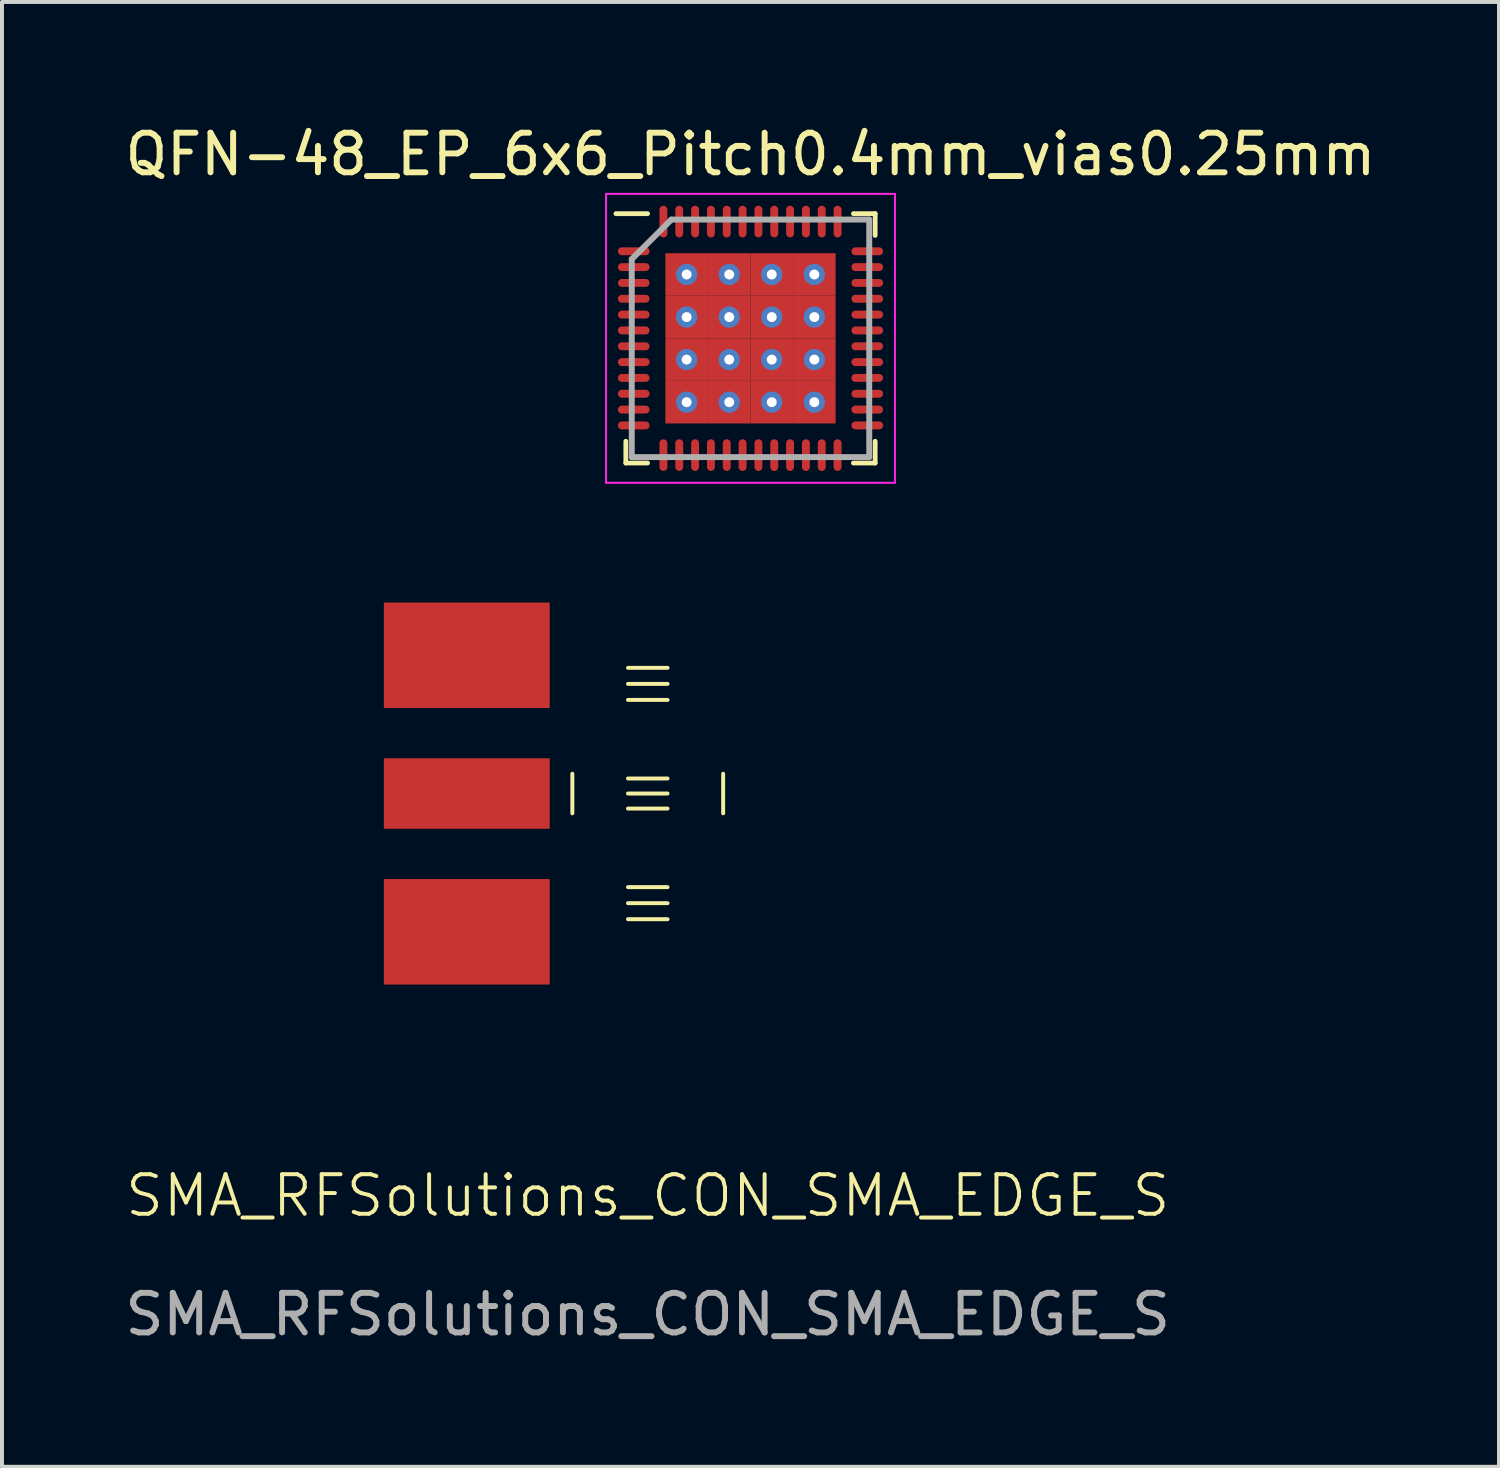
<source format=kicad_pcb>
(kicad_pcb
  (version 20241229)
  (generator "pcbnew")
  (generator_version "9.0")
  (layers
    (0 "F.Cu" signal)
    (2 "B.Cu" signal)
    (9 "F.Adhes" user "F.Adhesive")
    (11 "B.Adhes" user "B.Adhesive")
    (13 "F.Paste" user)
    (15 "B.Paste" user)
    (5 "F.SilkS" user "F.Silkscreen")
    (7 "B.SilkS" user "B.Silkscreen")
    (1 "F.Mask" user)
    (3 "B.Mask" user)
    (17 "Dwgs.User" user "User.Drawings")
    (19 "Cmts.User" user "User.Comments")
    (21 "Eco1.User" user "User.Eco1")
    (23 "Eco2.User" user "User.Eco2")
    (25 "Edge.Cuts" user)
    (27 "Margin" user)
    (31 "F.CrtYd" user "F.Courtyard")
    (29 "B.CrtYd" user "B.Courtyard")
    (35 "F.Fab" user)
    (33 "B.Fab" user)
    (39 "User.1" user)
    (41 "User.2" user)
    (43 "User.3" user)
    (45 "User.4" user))
  (footprint "QFN-48_EP_6x6_Pitch0.4mm_vias0.25mm"
    (layer "F.Cu")
    (at 15.911 5.498)
    (property "Reference" "QFN-48_EP_6x6_Pitch0.4mm_vias0.25mm" (at 0 -4.65 0) (layer "F.SilkS") (effects (font (size 1 1) (thickness 0.15))))
    (attr through_hole)
    (fp_line (start -3.15 3.15) (end -3.15 2.6) (stroke (width 0.12) (type default)) (layer "F.SilkS"))
    (fp_line (start -2.6 -3.15) (end -3.4 -3.15) (stroke (width 0.12) (type default)) (layer "F.SilkS"))
    (fp_line (start -2.6 3.15) (end -3.15 3.15) (stroke (width 0.12) (type default)) (layer "F.SilkS"))
    (fp_line (start 2.6 -3.15) (end 3.15 -3.15) (stroke (width 0.12) (type default)) (layer "F.SilkS"))
    (fp_line (start 2.6 3.15) (end 3.15 3.15) (stroke (width 0.12) (type default)) (layer "F.SilkS"))
    (fp_line (start 3.15 -3.15) (end 3.15 -2.6) (stroke (width 0.12) (type default)) (layer "F.SilkS"))
    (fp_line (start 3.15 3.15) (end 3.15 2.6) (stroke (width 0.12) (type default)) (layer "F.SilkS"))
    (fp_line (start -3.65 -3.65) (end 3.65 -3.65) (stroke (width 0.05) (type default)) (layer "F.CrtYd"))
    (fp_line (start -3.65 3.65) (end -3.65 -3.65) (stroke (width 0.05) (type default)) (layer "F.CrtYd"))
    (fp_line (start 3.65 -3.65) (end 3.65 3.65) (stroke (width 0.05) (type default)) (layer "F.CrtYd"))
    (fp_line (start 3.65 3.65) (end -3.65 3.65) (stroke (width 0.05) (type default)) (layer "F.CrtYd"))
    (fp_line (start -3 -2) (end -3 3) (stroke (width 0.15) (type default)) (layer "F.Fab"))
    (fp_line (start -3 3) (end 3 3) (stroke (width 0.15) (type default)) (layer "F.Fab"))
    (fp_line (start -2 -3) (end -3 -2) (stroke (width 0.15) (type default)) (layer "F.Fab"))
    (fp_line (start 3 -3) (end -2 -3) (stroke (width 0.15) (type default)) (layer "F.Fab"))
    (fp_line (start 3 3) (end 3 -3) (stroke (width 0.15) (type default)) (layer "F.Fab"))
    (pad "1" smd oval (at -2.95 -2.2 90) (size 0.2 0.8) (layers "F.Cu" "F.Mask" "F.Paste"))
    (pad "2" smd oval (at -2.95 -1.8 90) (size 0.2 0.8) (layers "F.Cu" "F.Mask" "F.Paste"))
    (pad "3" smd oval (at -2.95 -1.4 90) (size 0.2 0.8) (layers "F.Cu" "F.Mask" "F.Paste"))
    (pad "4" smd oval (at -2.95 -1 90) (size 0.2 0.8) (layers "F.Cu" "F.Mask" "F.Paste"))
    (pad "5" smd oval (at -2.95 -0.6 90) (size 0.2 0.8) (layers "F.Cu" "F.Mask" "F.Paste"))
    (pad "6" smd oval (at -2.95 -0.2 90) (size 0.2 0.8) (layers "F.Cu" "F.Mask" "F.Paste"))
    (pad "7" smd oval (at -2.95 0.2 90) (size 0.2 0.8) (layers "F.Cu" "F.Mask" "F.Paste"))
    (pad "8" smd oval (at -2.95 0.6 90) (size 0.2 0.8) (layers "F.Cu" "F.Mask" "F.Paste"))
    (pad "9" smd oval (at -2.95 1 90) (size 0.2 0.8) (layers "F.Cu" "F.Mask" "F.Paste"))
    (pad "10" smd oval (at -2.95 1.4 90) (size 0.2 0.8) (layers "F.Cu" "F.Mask" "F.Paste"))
    (pad "11" smd oval (at -2.95 1.8 90) (size 0.2 0.8) (layers "F.Cu" "F.Mask" "F.Paste"))
    (pad "12" smd oval (at -2.95 2.2 90) (size 0.2 0.8) (layers "F.Cu" "F.Mask" "F.Paste"))
    (pad "13" smd oval (at -2.2 2.95) (size 0.2 0.8) (layers "F.Cu" "F.Mask" "F.Paste"))
    (pad "14" smd oval (at -1.8 2.95) (size 0.2 0.8) (layers "F.Cu" "F.Mask" "F.Paste"))
    (pad "15" smd oval (at -1.4 2.95) (size 0.2 0.8) (layers "F.Cu" "F.Mask" "F.Paste"))
    (pad "16" smd oval (at -1 2.95) (size 0.2 0.8) (layers "F.Cu" "F.Mask" "F.Paste"))
    (pad "17" smd oval (at -0.6 2.95) (size 0.2 0.8) (layers "F.Cu" "F.Mask" "F.Paste"))
    (pad "18" smd oval (at -0.2 2.95) (size 0.2 0.8) (layers "F.Cu" "F.Mask" "F.Paste"))
    (pad "19" smd oval (at 0.2 2.95) (size 0.2 0.8) (layers "F.Cu" "F.Mask" "F.Paste"))
    (pad "20" smd oval (at 0.6 2.95) (size 0.2 0.8) (layers "F.Cu" "F.Mask" "F.Paste"))
    (pad "21" smd oval (at 1 2.95) (size 0.2 0.8) (layers "F.Cu" "F.Mask" "F.Paste"))
    (pad "22" smd oval (at 1.4 2.95) (size 0.2 0.8) (layers "F.Cu" "F.Mask" "F.Paste"))
    (pad "23" smd oval (at 1.8 2.95) (size 0.2 0.8) (layers "F.Cu" "F.Mask" "F.Paste"))
    (pad "24" smd oval (at 2.2 2.95) (size 0.2 0.8) (layers "F.Cu" "F.Mask" "F.Paste"))
    (pad "25" smd oval (at 2.95 2.2 90) (size 0.2 0.8) (layers "F.Cu" "F.Mask" "F.Paste"))
    (pad "26" smd oval (at 2.95 1.8 90) (size 0.2 0.8) (layers "F.Cu" "F.Mask" "F.Paste"))
    (pad "27" smd oval (at 2.95 1.4 90) (size 0.2 0.8) (layers "F.Cu" "F.Mask" "F.Paste"))
    (pad "28" smd oval (at 2.95 1 90) (size 0.2 0.8) (layers "F.Cu" "F.Mask" "F.Paste"))
    (pad "29" smd oval (at 2.95 0.6 90) (size 0.2 0.8) (layers "F.Cu" "F.Mask" "F.Paste"))
    (pad "30" smd oval (at 2.95 0.2 90) (size 0.2 0.8) (layers "F.Cu" "F.Mask" "F.Paste"))
    (pad "31" smd oval (at 2.95 -0.2 90) (size 0.2 0.8) (layers "F.Cu" "F.Mask" "F.Paste"))
    (pad "32" smd oval (at 2.95 -0.6 90) (size 0.2 0.8) (layers "F.Cu" "F.Mask" "F.Paste"))
    (pad "33" smd oval (at 2.95 -1 90) (size 0.2 0.8) (layers "F.Cu" "F.Mask" "F.Paste"))
    (pad "34" smd oval (at 2.95 -1.4 90) (size 0.2 0.8) (layers "F.Cu" "F.Mask" "F.Paste"))
    (pad "35" smd oval (at 2.95 -1.8 90) (size 0.2 0.8) (layers "F.Cu" "F.Mask" "F.Paste"))
    (pad "36" smd oval (at 2.95 -2.2 90) (size 0.2 0.8) (layers "F.Cu" "F.Mask" "F.Paste"))
    (pad "37" smd oval (at 2.2 -2.95) (size 0.2 0.8) (layers "F.Cu" "F.Mask" "F.Paste"))
    (pad "38" smd oval (at 1.8 -2.95) (size 0.2 0.8) (layers "F.Cu" "F.Mask" "F.Paste"))
    (pad "39" smd oval (at 1.4 -2.95) (size 0.2 0.8) (layers "F.Cu" "F.Mask" "F.Paste"))
    (pad "40" smd oval (at 1 -2.95) (size 0.2 0.8) (layers "F.Cu" "F.Mask" "F.Paste"))
    (pad "41" smd oval (at 0.6 -2.95) (size 0.2 0.8) (layers "F.Cu" "F.Mask" "F.Paste"))
    (pad "42" smd oval (at 0.2 -2.95) (size 0.2 0.8) (layers "F.Cu" "F.Mask" "F.Paste"))
    (pad "43" smd oval (at -0.2 -2.95) (size 0.2 0.8) (layers "F.Cu" "F.Mask" "F.Paste"))
    (pad "44" smd oval (at -0.6 -2.95) (size 0.2 0.8) (layers "F.Cu" "F.Mask" "F.Paste"))
    (pad "45" smd oval (at -1 -2.95) (size 0.2 0.8) (layers "F.Cu" "F.Mask" "F.Paste"))
    (pad "46" smd oval (at -1.4 -2.95) (size 0.2 0.8) (layers "F.Cu" "F.Mask" "F.Paste"))
    (pad "47" smd oval (at -1.8 -2.95) (size 0.2 0.8) (layers "F.Cu" "F.Mask" "F.Paste"))
    (pad "48" smd oval (at -2.2 -2.95) (size 0.2 0.8) (layers "F.Cu" "F.Mask" "F.Paste"))
    (pad "49" thru_hole circle (at -1.613 -1.613) (size 0.537 0.537) (drill 0.25) (layers "*.Cu" "*.Mask"))
    (pad "49" smd rect (at -1.613 -1.613) (size 1.075 1.075) (layers "F.Cu" "F.Mask" "F.Paste"))
    (pad "49" thru_hole circle (at -1.613 -0.537) (size 0.537 0.537) (drill 0.25) (layers "*.Cu" "*.Mask"))
    (pad "49" smd rect (at -1.613 -0.537) (size 1.075 1.075) (layers "F.Cu" "F.Mask" "F.Paste"))
    (pad "49" thru_hole circle (at -1.613 0.537) (size 0.537 0.537) (drill 0.25) (layers "*.Cu" "*.Mask"))
    (pad "49" smd rect (at -1.613 0.537) (size 1.075 1.075) (layers "F.Cu" "F.Mask" "F.Paste"))
    (pad "49" thru_hole circle (at -1.613 1.613) (size 0.537 0.537) (drill 0.25) (layers "*.Cu" "*.Mask"))
    (pad "49" smd rect (at -1.613 1.613) (size 1.075 1.075) (layers "F.Cu" "F.Mask" "F.Paste"))
    (pad "49" thru_hole circle (at -0.537 -1.613) (size 0.537 0.537) (drill 0.25) (layers "*.Cu" "*.Mask"))
    (pad "49" smd rect (at -0.537 -1.613) (size 1.075 1.075) (layers "F.Cu" "F.Mask" "F.Paste"))
    (pad "49" thru_hole circle (at -0.537 -0.537) (size 0.537 0.537) (drill 0.25) (layers "*.Cu" "*.Mask"))
    (pad "49" smd rect (at -0.537 -0.537) (size 1.075 1.075) (layers "F.Cu" "F.Mask" "F.Paste"))
    (pad "49" thru_hole circle (at -0.537 0.537) (size 0.537 0.537) (drill 0.25) (layers "*.Cu" "*.Mask"))
    (pad "49" smd rect (at -0.537 0.537) (size 1.075 1.075) (layers "F.Cu" "F.Mask" "F.Paste"))
    (pad "49" thru_hole circle (at -0.537 1.613) (size 0.537 0.537) (drill 0.25) (layers "*.Cu" "*.Mask"))
    (pad "49" smd rect (at -0.537 1.613) (size 1.075 1.075) (layers "F.Cu" "F.Mask" "F.Paste"))
    (pad "49" thru_hole circle (at 0.537 -1.613) (size 0.537 0.537) (drill 0.25) (layers "*.Cu" "*.Mask"))
    (pad "49" smd rect (at 0.537 -1.613) (size 1.075 1.075) (layers "F.Cu" "F.Mask" "F.Paste"))
    (pad "49" thru_hole circle (at 0.537 -0.537) (size 0.537 0.537) (drill 0.25) (layers "*.Cu" "*.Mask"))
    (pad "49" smd rect (at 0.537 -0.537) (size 1.075 1.075) (layers "F.Cu" "F.Mask" "F.Paste"))
    (pad "49" thru_hole circle (at 0.537 0.537) (size 0.537 0.537) (drill 0.25) (layers "*.Cu" "*.Mask"))
    (pad "49" smd rect (at 0.537 0.537) (size 1.075 1.075) (layers "F.Cu" "F.Mask" "F.Paste"))
    (pad "49" thru_hole circle (at 0.537 1.613) (size 0.537 0.537) (drill 0.25) (layers "*.Cu" "*.Mask"))
    (pad "49" smd rect (at 0.537 1.613) (size 1.075 1.075) (layers "F.Cu" "F.Mask" "F.Paste"))
    (pad "49" thru_hole circle (at 1.613 -1.613) (size 0.537 0.537) (drill 0.25) (layers "*.Cu" "*.Mask"))
    (pad "49" smd rect (at 1.613 -1.613) (size 1.075 1.075) (layers "F.Cu" "F.Mask" "F.Paste"))
    (pad "49" thru_hole circle (at 1.613 -0.537) (size 0.537 0.537) (drill 0.25) (layers "*.Cu" "*.Mask"))
    (pad "49" smd rect (at 1.613 -0.537) (size 1.075 1.075) (layers "F.Cu" "F.Mask" "F.Paste"))
    (pad "49" thru_hole circle (at 1.613 0.537) (size 0.537 0.537) (drill 0.25) (layers "*.Cu" "*.Mask"))
    (pad "49" smd rect (at 1.613 0.537) (size 1.075 1.075) (layers "F.Cu" "F.Mask" "F.Paste"))
    (pad "49" thru_hole circle (at 1.613 1.613) (size 0.537 0.537) (drill 0.25) (layers "*.Cu" "*.Mask"))
    (pad "49" smd rect (at 1.613 1.613) (size 1.075 1.075) (layers "F.Cu" "F.Mask" "F.Paste")))
  (footprint "SMA_RFSolutions_CON_SMA_EDGE_S"
    (layer "F.Cu")
    (at 13.315 16.998)
    (property "Reference" "SMA_RFSolutions_CON_SMA_EDGE_S" (at 0 10.16 0) (unlocked yes) (layer "F.SilkS") (effects (font (size 1 1) (thickness 0.1))))
    (attr smd)
    (fp_line (start -1.905 -0.5) (end -1.905 0.5) (stroke (width 0.1) (type default)) (layer "F.SilkS"))
    (fp_line (start -0.5 -3.175) (end 0.5 -3.175) (stroke (width 0.1) (type default)) (layer "F.SilkS"))
    (fp_line (start -0.5 -2.77) (end 0.5 -2.77) (stroke (width 0.1) (type default)) (layer "F.SilkS"))
    (fp_line (start -0.5 -2.365) (end 0.5 -2.365) (stroke (width 0.1) (type default)) (layer "F.SilkS"))
    (fp_line (start -0.5 -0.38) (end 0.5 -0.38) (stroke (width 0.1) (type default)) (layer "F.SilkS"))
    (fp_line (start -0.5 0) (end 0.5 0) (stroke (width 0.1) (type default)) (layer "F.SilkS"))
    (fp_line (start -0.5 0.38) (end 0.5 0.38) (stroke (width 0.1) (type default)) (layer "F.SilkS"))
    (fp_line (start -0.5 2.365) (end 0.5 2.365) (stroke (width 0.1) (type default)) (layer "F.SilkS"))
    (fp_line (start -0.5 2.77) (end 0.5 2.77) (stroke (width 0.1) (type default)) (layer "F.SilkS"))
    (fp_line (start -0.5 3.175) (end 0.5 3.175) (stroke (width 0.1) (type default)) (layer "F.SilkS"))
    (fp_line (start 1.905 -0.5) (end 1.905 0.5) (stroke (width 0.1) (type default)) (layer "F.SilkS"))
    (fp_text user "${REFERENCE}" (at 0 13.16 0) (unlocked yes) (layer "F.Fab") (effects (font (size 1 1) (thickness 0.15))))
    (pad "1" smd rect (at -4.572 0) (size 4.19 1.78) (layers "F.Cu" "F.Mask" "F.Paste"))
    (pad "2" smd rect (at -4.572 -3.493) (size 4.19 2.665) (layers "F.Cu" "F.Mask" "F.Paste"))
    (pad "2" smd rect (at -4.572 3.493) (size 4.19 2.665) (layers "F.Cu" "F.Mask" "F.Paste")))
  (gr_rect
    (start -3 -3)
    (end 34.821 34.007)
    (stroke (width 0.1) (type default))
    (fill no)
    (layer "Edge.Cuts")))
</source>
